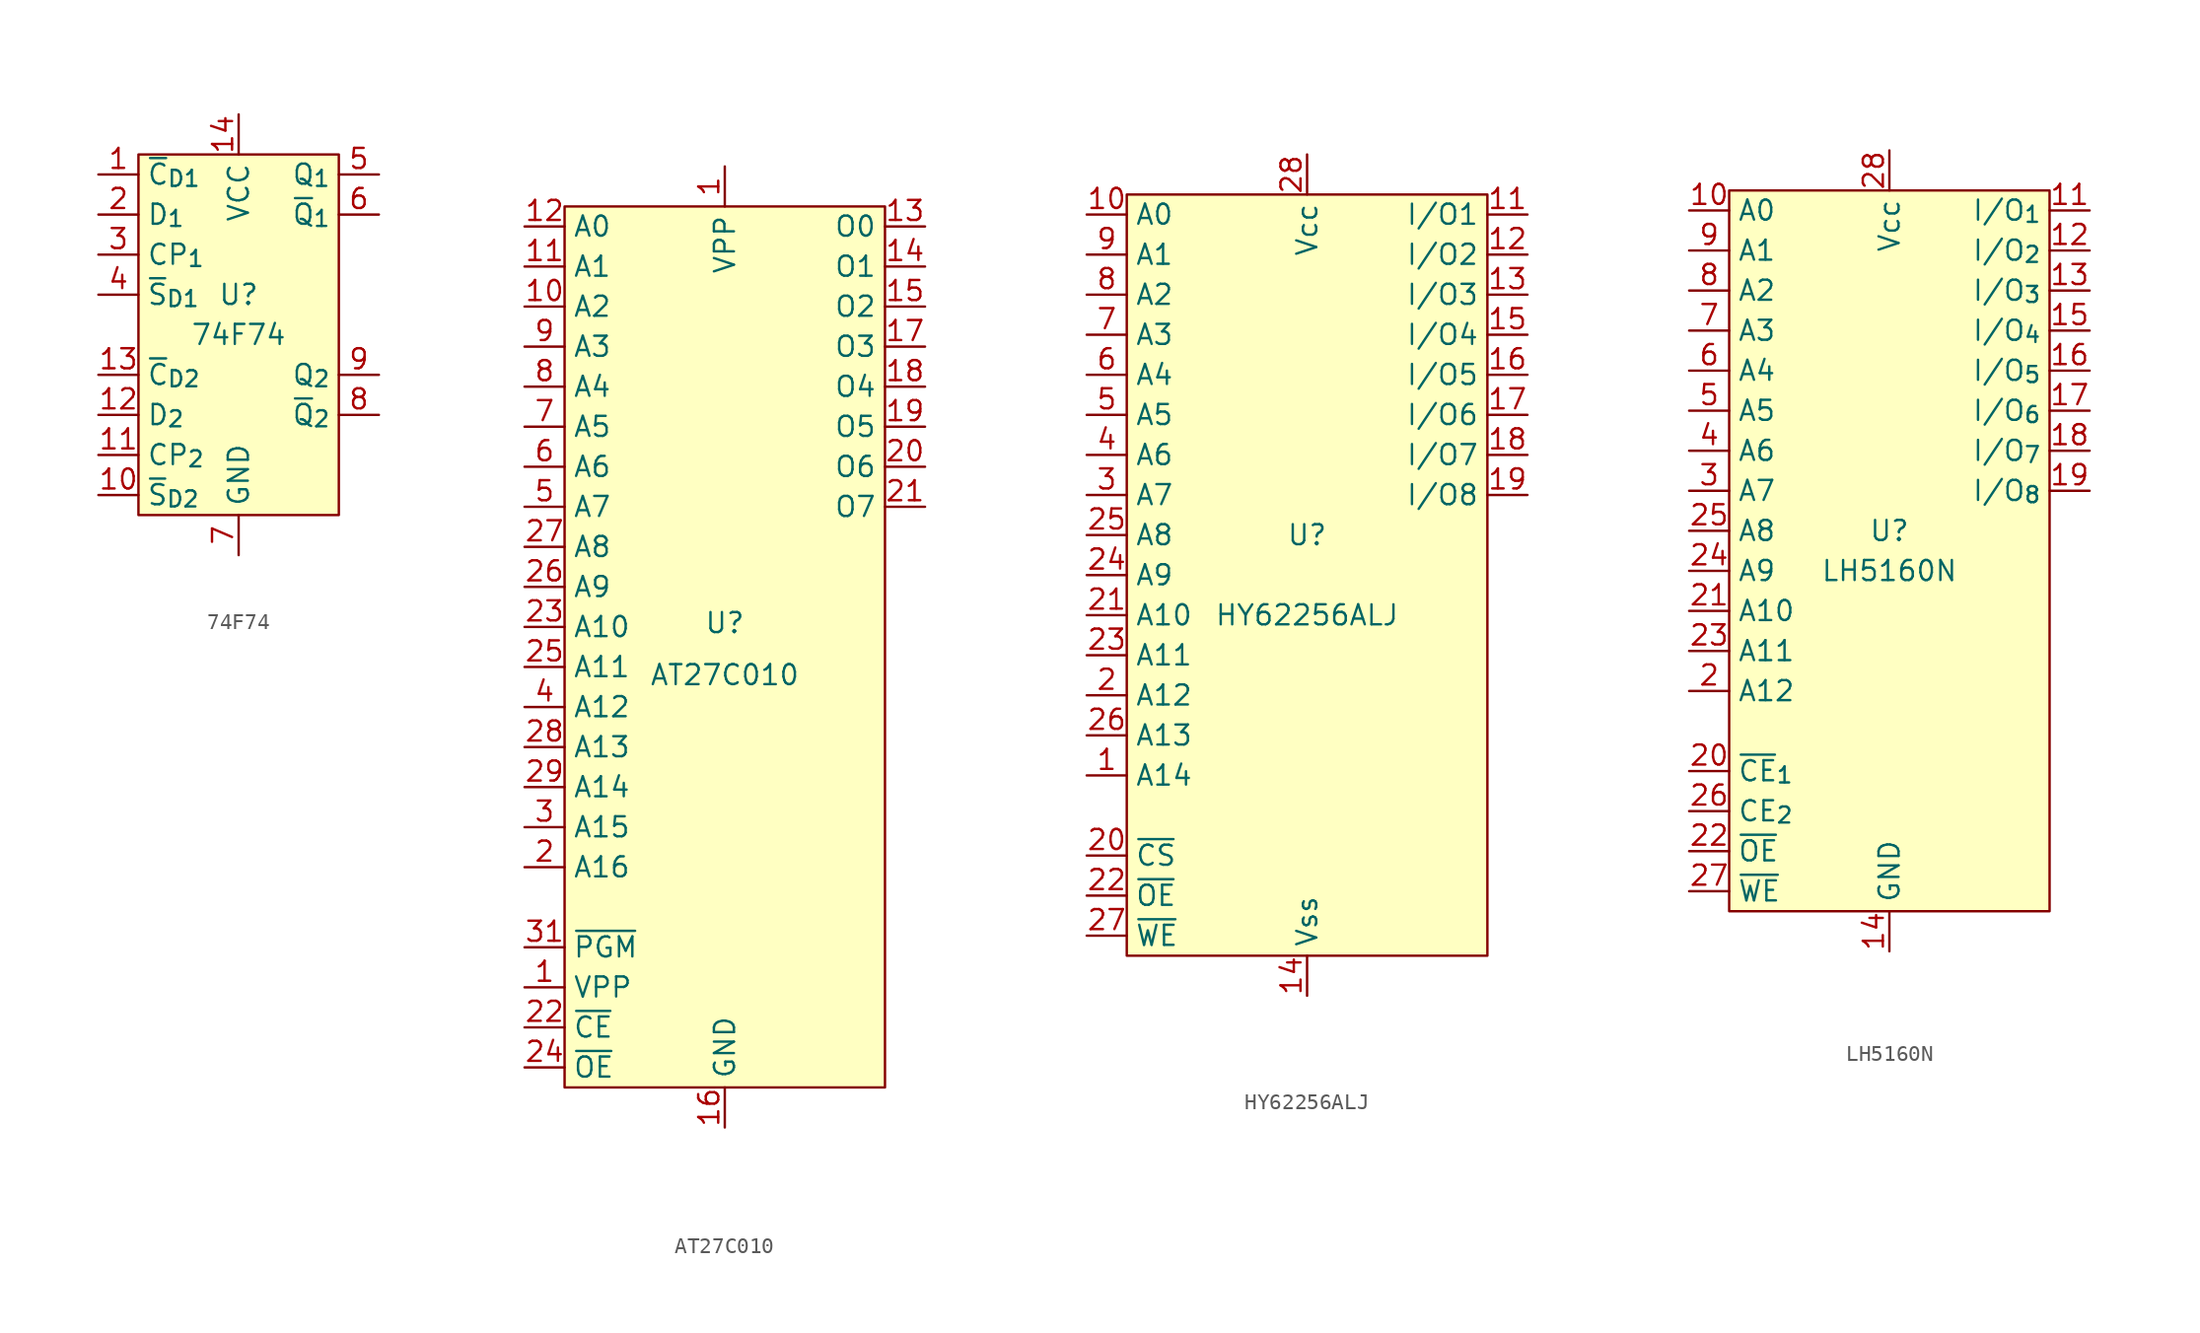
<source format=kicad_sym>
(kicad_symbol_lib
  (version 20211014)
  (generator kicad_symbol_editor)
  (symbol "74F74"
    (property "Reference" "U"
      (at 0 2.54 0)
      (effects (font (size 1.27 1.27))))
    (property "Value" "74F74"
      (at 0 0 0)
      (effects (font (size 1.27 1.27))))
    (symbol "74F74_0_1"
      (rectangle (start -6.35 11.43) (end 6.35 -11.43) (stroke (width 0) (type default) (color 0 0 0 0)) (fill (type background))))
    (symbol "74F74_1_1"
      (pin input line (at -8.89 10.16 0) (length 2.54) (name "~{C}_{D1}" (effects (font (size 1.27 1.27)))) (number "1" (effects (font (size 1.27 1.27)))))
      (pin input line (at -8.89 -10.16 0) (length 2.54) (name "~{S}_{D2}" (effects (font (size 1.27 1.27)))) (number "10" (effects (font (size 1.27 1.27)))))
      (pin input line (at -8.89 -7.62 0) (length 2.54) (name "CP_{2}" (effects (font (size 1.27 1.27)))) (number "11" (effects (font (size 1.27 1.27)))))
      (pin input line (at -8.89 -5.08 0) (length 2.54) (name "D_{2}" (effects (font (size 1.27 1.27)))) (number "12" (effects (font (size 1.27 1.27)))))
      (pin input line (at -8.89 -2.54 0) (length 2.54) (name "~{C}_{D2}" (effects (font (size 1.27 1.27)))) (number "13" (effects (font (size 1.27 1.27)))))
      (pin power_in line (at 0 13.97 270) (length 2.54) (name "VCC" (effects (font (size 1.27 1.27)))) (number "14" (effects (font (size 1.27 1.27)))))
      (pin input line (at -8.89 7.62 0) (length 2.54) (name "D_{1}" (effects (font (size 1.27 1.27)))) (number "2" (effects (font (size 1.27 1.27)))))
      (pin input line (at -8.89 5.08 0) (length 2.54) (name "CP_{1}" (effects (font (size 1.27 1.27)))) (number "3" (effects (font (size 1.27 1.27)))))
      (pin input line (at -8.89 2.54 0) (length 2.54) (name "~{S}_{D1}" (effects (font (size 1.27 1.27)))) (number "4" (effects (font (size 1.27 1.27)))))
      (pin output line (at 8.89 10.16 180) (length 2.54) (name "Q_{1}" (effects (font (size 1.27 1.27)))) (number "5" (effects (font (size 1.27 1.27)))))
      (pin output line (at 8.89 7.62 180) (length 2.54) (name "~{Q}_{1}" (effects (font (size 1.27 1.27)))) (number "6" (effects (font (size 1.27 1.27)))))
      (pin power_in line (at 0 -13.97 90) (length 2.54) (name "GND" (effects (font (size 1.27 1.27)))) (number "7" (effects (font (size 1.27 1.27)))))
      (pin output line (at 8.89 -5.08 180) (length 2.54) (name "~{Q}_{2}" (effects (font (size 1.27 1.27)))) (number "8" (effects (font (size 1.27 1.27)))))
      (pin output line (at 8.89 -2.54 180) (length 2.54) (name "Q_{2}" (effects (font (size 1.27 1.27)))) (number "9" (effects (font (size 1.27 1.27)))))))
  (symbol "AT27C010"
    (property "Reference" "U"
      (at 0 1.524 0)
      (effects (font (size 1.27 1.27))))
    (property "Value" "AT27C010"
      (at 0 -1.778 0)
      (effects (font (size 1.27 1.27))))
    (symbol "AT27C010_0_1"
      (rectangle (start -10.16 27.94) (end 10.16 -27.94) (stroke (width 0) (type default) (color 0 0 0 0)) (fill (type background))))
    (symbol "AT27C010_1_1"
      (pin input line (at -12.7 -21.59 0) (length 2.54) (name "VPP" (effects (font (size 1.27 1.27)))) (number "1" (effects (font (size 1.27 1.27)))))
      (pin power_in line (at 0 30.48 270) (length 2.54) (name "VPP" (effects (font (size 1.27 1.27)))) (number "1" (effects (font (size 1.27 1.27)))))
      (pin input line (at -12.7 21.59 0) (length 2.54) (name "A2" (effects (font (size 1.27 1.27)))) (number "10" (effects (font (size 1.27 1.27)))))
      (pin input line (at -12.7 24.13 0) (length 2.54) (name "A1" (effects (font (size 1.27 1.27)))) (number "11" (effects (font (size 1.27 1.27)))))
      (pin input line (at -12.7 26.67 0) (length 2.54) (name "A0" (effects (font (size 1.27 1.27)))) (number "12" (effects (font (size 1.27 1.27)))))
      (pin output line (at 12.7 26.67 180) (length 2.54) (name "O0" (effects (font (size 1.27 1.27)))) (number "13" (effects (font (size 1.27 1.27)))))
      (pin output line (at 12.7 24.13 180) (length 2.54) (name "O1" (effects (font (size 1.27 1.27)))) (number "14" (effects (font (size 1.27 1.27)))))
      (pin output line (at 12.7 21.59 180) (length 2.54) (name "O2" (effects (font (size 1.27 1.27)))) (number "15" (effects (font (size 1.27 1.27)))))
      (pin power_in line (at 0 -30.48 90) (length 2.54) (name "GND" (effects (font (size 1.27 1.27)))) (number "16" (effects (font (size 1.27 1.27)))))
      (pin output line (at 12.7 19.05 180) (length 2.54) (name "O3" (effects (font (size 1.27 1.27)))) (number "17" (effects (font (size 1.27 1.27)))))
      (pin output line (at 12.7 16.51 180) (length 2.54) (name "O4" (effects (font (size 1.27 1.27)))) (number "18" (effects (font (size 1.27 1.27)))))
      (pin output line (at 12.7 13.97 180) (length 2.54) (name "O5" (effects (font (size 1.27 1.27)))) (number "19" (effects (font (size 1.27 1.27)))))
      (pin input line (at -12.7 -13.97 0) (length 2.54) (name "A16" (effects (font (size 1.27 1.27)))) (number "2" (effects (font (size 1.27 1.27)))))
      (pin output line (at 12.7 11.43 180) (length 2.54) (name "O6" (effects (font (size 1.27 1.27)))) (number "20" (effects (font (size 1.27 1.27)))))
      (pin output line (at 12.7 8.89 180) (length 2.54) (name "O7" (effects (font (size 1.27 1.27)))) (number "21" (effects (font (size 1.27 1.27)))))
      (pin input line (at -12.7 -24.13 0) (length 2.54) (name "~{CE}" (effects (font (size 1.27 1.27)))) (number "22" (effects (font (size 1.27 1.27)))))
      (pin input line (at -12.7 1.27 0) (length 2.54) (name "A10" (effects (font (size 1.27 1.27)))) (number "23" (effects (font (size 1.27 1.27)))))
      (pin input line (at -12.7 -26.67 0) (length 2.54) (name "~{OE}" (effects (font (size 1.27 1.27)))) (number "24" (effects (font (size 1.27 1.27)))))
      (pin input line (at -12.7 -1.27 0) (length 2.54) (name "A11" (effects (font (size 1.27 1.27)))) (number "25" (effects (font (size 1.27 1.27)))))
      (pin input line (at -12.7 3.81 0) (length 2.54) (name "A9" (effects (font (size 1.27 1.27)))) (number "26" (effects (font (size 1.27 1.27)))))
      (pin input line (at -12.7 6.35 0) (length 2.54) (name "A8" (effects (font (size 1.27 1.27)))) (number "27" (effects (font (size 1.27 1.27)))))
      (pin input line (at -12.7 -6.35 0) (length 2.54) (name "A13" (effects (font (size 1.27 1.27)))) (number "28" (effects (font (size 1.27 1.27)))))
      (pin input line (at -12.7 -8.89 0) (length 2.54) (name "A14" (effects (font (size 1.27 1.27)))) (number "29" (effects (font (size 1.27 1.27)))))
      (pin input line (at -12.7 -11.43 0) (length 2.54) (name "A15" (effects (font (size 1.27 1.27)))) (number "3" (effects (font (size 1.27 1.27)))))
      (pin input line (at -12.7 -19.05 0) (length 2.54) (name "~{PGM}" (effects (font (size 1.27 1.27)))) (number "31" (effects (font (size 1.27 1.27)))))
      (pin input line (at -12.7 -3.81 0) (length 2.54) (name "A12" (effects (font (size 1.27 1.27)))) (number "4" (effects (font (size 1.27 1.27)))))
      (pin input line (at -12.7 8.89 0) (length 2.54) (name "A7" (effects (font (size 1.27 1.27)))) (number "5" (effects (font (size 1.27 1.27)))))
      (pin input line (at -12.7 11.43 0) (length 2.54) (name "A6" (effects (font (size 1.27 1.27)))) (number "6" (effects (font (size 1.27 1.27)))))
      (pin input line (at -12.7 13.97 0) (length 2.54) (name "A5" (effects (font (size 1.27 1.27)))) (number "7" (effects (font (size 1.27 1.27)))))
      (pin input line (at -12.7 16.51 0) (length 2.54) (name "A4" (effects (font (size 1.27 1.27)))) (number "8" (effects (font (size 1.27 1.27)))))
      (pin input line (at -12.7 19.05 0) (length 2.54) (name "A3" (effects (font (size 1.27 1.27)))) (number "9" (effects (font (size 1.27 1.27)))))))
  (symbol "HY62256ALJ"
    (property "Reference" "U"
      (at 0 2.54 0)
      (effects (font (size 1.27 1.27))))
    (property "Value" "HY62256ALJ"
      (at 0 -2.54 0)
      (effects (font (size 1.27 1.27))))
    (symbol "HY62256ALJ_0_1"
      (rectangle (start -11.43 24.13) (end 11.43 -24.13) (stroke (width 0) (type default) (color 0 0 0 0)) (fill (type background))))
    (symbol "HY62256ALJ_1_1"
      (pin input line (at -13.97 -12.7 0) (length 2.54) (name "A14" (effects (font (size 1.27 1.27)))) (number "1" (effects (font (size 1.27 1.27)))))
      (pin input line (at -13.97 22.86 0) (length 2.54) (name "A0" (effects (font (size 1.27 1.27)))) (number "10" (effects (font (size 1.27 1.27)))))
      (pin bidirectional line (at 13.97 22.86 180) (length 2.54) (name "I/O1" (effects (font (size 1.27 1.27)))) (number "11" (effects (font (size 1.27 1.27)))))
      (pin bidirectional line (at 13.97 20.32 180) (length 2.54) (name "I/O2" (effects (font (size 1.27 1.27)))) (number "12" (effects (font (size 1.27 1.27)))))
      (pin bidirectional line (at 13.97 17.78 180) (length 2.54) (name "I/O3" (effects (font (size 1.27 1.27)))) (number "13" (effects (font (size 1.27 1.27)))))
      (pin power_in line (at 0 -26.67 90) (length 2.54) (name "Vss" (effects (font (size 1.27 1.27)))) (number "14" (effects (font (size 1.27 1.27)))))
      (pin bidirectional line (at 13.97 15.24 180) (length 2.54) (name "I/O4" (effects (font (size 1.27 1.27)))) (number "15" (effects (font (size 1.27 1.27)))))
      (pin bidirectional line (at 13.97 12.7 180) (length 2.54) (name "I/O5" (effects (font (size 1.27 1.27)))) (number "16" (effects (font (size 1.27 1.27)))))
      (pin bidirectional line (at 13.97 10.16 180) (length 2.54) (name "I/O6" (effects (font (size 1.27 1.27)))) (number "17" (effects (font (size 1.27 1.27)))))
      (pin bidirectional line (at 13.97 7.62 180) (length 2.54) (name "I/O7" (effects (font (size 1.27 1.27)))) (number "18" (effects (font (size 1.27 1.27)))))
      (pin bidirectional line (at 13.97 5.08 180) (length 2.54) (name "I/O8" (effects (font (size 1.27 1.27)))) (number "19" (effects (font (size 1.27 1.27)))))
      (pin input line (at -13.97 -7.62 0) (length 2.54) (name "A12" (effects (font (size 1.27 1.27)))) (number "2" (effects (font (size 1.27 1.27)))))
      (pin input line (at -13.97 -17.78 0) (length 2.54) (name "~{CS}" (effects (font (size 1.27 1.27)))) (number "20" (effects (font (size 1.27 1.27)))))
      (pin input line (at -13.97 -2.54 0) (length 2.54) (name "A10" (effects (font (size 1.27 1.27)))) (number "21" (effects (font (size 1.27 1.27)))))
      (pin input line (at -13.97 -20.32 0) (length 2.54) (name "~{OE}" (effects (font (size 1.27 1.27)))) (number "22" (effects (font (size 1.27 1.27)))))
      (pin input line (at -13.97 -5.08 0) (length 2.54) (name "A11" (effects (font (size 1.27 1.27)))) (number "23" (effects (font (size 1.27 1.27)))))
      (pin input line (at -13.97 0 0) (length 2.54) (name "A9" (effects (font (size 1.27 1.27)))) (number "24" (effects (font (size 1.27 1.27)))))
      (pin input line (at -13.97 2.54 0) (length 2.54) (name "A8" (effects (font (size 1.27 1.27)))) (number "25" (effects (font (size 1.27 1.27)))))
      (pin input line (at -13.97 -10.16 0) (length 2.54) (name "A13" (effects (font (size 1.27 1.27)))) (number "26" (effects (font (size 1.27 1.27)))))
      (pin input line (at -13.97 -22.86 0) (length 2.54) (name "~{WE}" (effects (font (size 1.27 1.27)))) (number "27" (effects (font (size 1.27 1.27)))))
      (pin power_in line (at 0 26.67 270) (length 2.54) (name "Vcc" (effects (font (size 1.27 1.27)))) (number "28" (effects (font (size 1.27 1.27)))))
      (pin input line (at -13.97 5.08 0) (length 2.54) (name "A7" (effects (font (size 1.27 1.27)))) (number "3" (effects (font (size 1.27 1.27)))))
      (pin input line (at -13.97 7.62 0) (length 2.54) (name "A6" (effects (font (size 1.27 1.27)))) (number "4" (effects (font (size 1.27 1.27)))))
      (pin input line (at -13.97 10.16 0) (length 2.54) (name "A5" (effects (font (size 1.27 1.27)))) (number "5" (effects (font (size 1.27 1.27)))))
      (pin input line (at -13.97 12.7 0) (length 2.54) (name "A4" (effects (font (size 1.27 1.27)))) (number "6" (effects (font (size 1.27 1.27)))))
      (pin input line (at -13.97 15.24 0) (length 2.54) (name "A3" (effects (font (size 1.27 1.27)))) (number "7" (effects (font (size 1.27 1.27)))))
      (pin input line (at -13.97 17.78 0) (length 2.54) (name "A2" (effects (font (size 1.27 1.27)))) (number "8" (effects (font (size 1.27 1.27)))))
      (pin input line (at -13.97 20.32 0) (length 2.54) (name "A1" (effects (font (size 1.27 1.27)))) (number "9" (effects (font (size 1.27 1.27)))))))
  (symbol "LH5160N"
    (property "Reference" "U"
      (at 0 1.27 0)
      (effects (font (size 1.27 1.27))))
    (property "Value" "LH5160N"
      (at 0 -1.27 0)
      (effects (font (size 1.27 1.27))))
    (symbol "LH5160N_0_1"
      (rectangle (start -10.16 22.86) (end 10.16 -22.86) (stroke (width 0) (type default) (color 0 0 0 0)) (fill (type background))))
    (symbol "LH5160N_1_1"
      (pin input line (at -12.7 21.59 0) (length 2.54) (name "A0" (effects (font (size 1.27 1.27)))) (number "10" (effects (font (size 1.27 1.27)))))
      (pin bidirectional line (at 12.7 21.59 180) (length 2.54) (name "I/O_{1}" (effects (font (size 1.27 1.27)))) (number "11" (effects (font (size 1.27 1.27)))))
      (pin bidirectional line (at 12.7 19.05 180) (length 2.54) (name "I/O_{2}" (effects (font (size 1.27 1.27)))) (number "12" (effects (font (size 1.27 1.27)))))
      (pin bidirectional line (at 12.7 16.51 180) (length 2.54) (name "I/O_{3}" (effects (font (size 1.27 1.27)))) (number "13" (effects (font (size 1.27 1.27)))))
      (pin power_in line (at 0 -25.4 90) (length 2.54) (name "GND" (effects (font (size 1.27 1.27)))) (number "14" (effects (font (size 1.27 1.27)))))
      (pin bidirectional line (at 12.7 13.97 180) (length 2.54) (name "I/O_{4}" (effects (font (size 1.27 1.27)))) (number "15" (effects (font (size 1.27 1.27)))))
      (pin bidirectional line (at 12.7 11.43 180) (length 2.54) (name "I/O_{5}" (effects (font (size 1.27 1.27)))) (number "16" (effects (font (size 1.27 1.27)))))
      (pin bidirectional line (at 12.7 8.89 180) (length 2.54) (name "I/O_{6}" (effects (font (size 1.27 1.27)))) (number "17" (effects (font (size 1.27 1.27)))))
      (pin bidirectional line (at 12.7 6.35 180) (length 2.54) (name "I/O_{7}" (effects (font (size 1.27 1.27)))) (number "18" (effects (font (size 1.27 1.27)))))
      (pin bidirectional line (at 12.7 3.81 180) (length 2.54) (name "I/O_{8}" (effects (font (size 1.27 1.27)))) (number "19" (effects (font (size 1.27 1.27)))))
      (pin input line (at -12.7 -8.89 0) (length 2.54) (name "A12" (effects (font (size 1.27 1.27)))) (number "2" (effects (font (size 1.27 1.27)))))
      (pin input line (at -12.7 -13.97 0) (length 2.54) (name "~{CE}_{1}" (effects (font (size 1.27 1.27)))) (number "20" (effects (font (size 1.27 1.27)))))
      (pin input line (at -12.7 -3.81 0) (length 2.54) (name "A10" (effects (font (size 1.27 1.27)))) (number "21" (effects (font (size 1.27 1.27)))))
      (pin input line (at -12.7 -19.05 0) (length 2.54) (name "~{OE}" (effects (font (size 1.27 1.27)))) (number "22" (effects (font (size 1.27 1.27)))))
      (pin input line (at -12.7 -6.35 0) (length 2.54) (name "A11" (effects (font (size 1.27 1.27)))) (number "23" (effects (font (size 1.27 1.27)))))
      (pin input line (at -12.7 -1.27 0) (length 2.54) (name "A9" (effects (font (size 1.27 1.27)))) (number "24" (effects (font (size 1.27 1.27)))))
      (pin input line (at -12.7 1.27 0) (length 2.54) (name "A8" (effects (font (size 1.27 1.27)))) (number "25" (effects (font (size 1.27 1.27)))))
      (pin input line (at -12.7 -16.51 0) (length 2.54) (name "CE_{2}" (effects (font (size 1.27 1.27)))) (number "26" (effects (font (size 1.27 1.27)))))
      (pin input line (at -12.7 -21.59 0) (length 2.54) (name "~{WE}" (effects (font (size 1.27 1.27)))) (number "27" (effects (font (size 1.27 1.27)))))
      (pin power_in line (at 0 25.4 270) (length 2.54) (name "Vcc" (effects (font (size 1.27 1.27)))) (number "28" (effects (font (size 1.27 1.27)))))
      (pin input line (at -12.7 3.81 0) (length 2.54) (name "A7" (effects (font (size 1.27 1.27)))) (number "3" (effects (font (size 1.27 1.27)))))
      (pin input line (at -12.7 6.35 0) (length 2.54) (name "A6" (effects (font (size 1.27 1.27)))) (number "4" (effects (font (size 1.27 1.27)))))
      (pin input line (at -12.7 8.89 0) (length 2.54) (name "A5" (effects (font (size 1.27 1.27)))) (number "5" (effects (font (size 1.27 1.27)))))
      (pin input line (at -12.7 11.43 0) (length 2.54) (name "A4" (effects (font (size 1.27 1.27)))) (number "6" (effects (font (size 1.27 1.27)))))
      (pin input line (at -12.7 13.97 0) (length 2.54) (name "A3" (effects (font (size 1.27 1.27)))) (number "7" (effects (font (size 1.27 1.27)))))
      (pin input line (at -12.7 16.51 0) (length 2.54) (name "A2" (effects (font (size 1.27 1.27)))) (number "8" (effects (font (size 1.27 1.27)))))
      (pin input line (at -12.7 19.05 0) (length 2.54) (name "A1" (effects (font (size 1.27 1.27)))) (number "9" (effects (font (size 1.27 1.27))))))))
</source>
